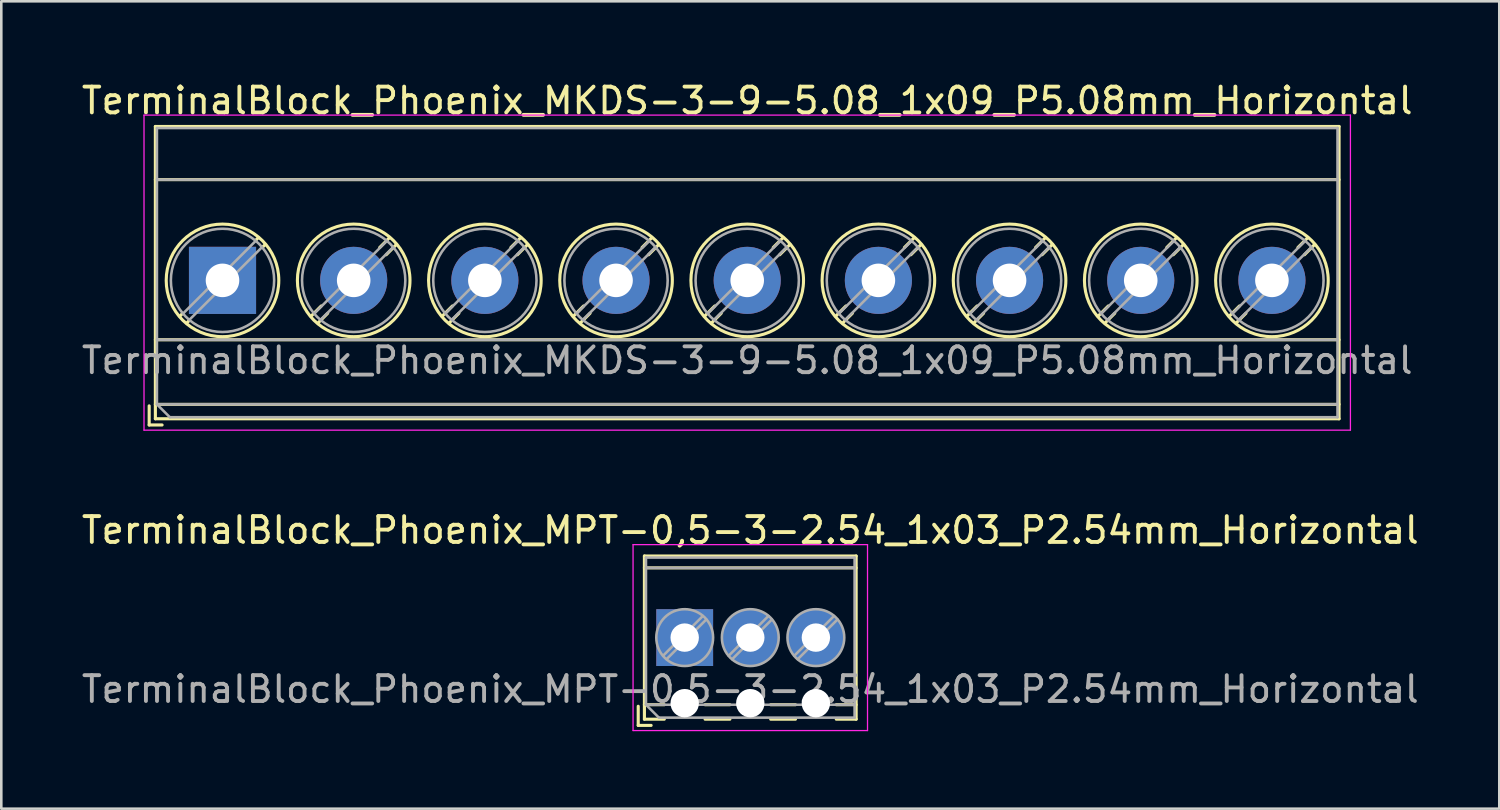
<source format=kicad_pcb>
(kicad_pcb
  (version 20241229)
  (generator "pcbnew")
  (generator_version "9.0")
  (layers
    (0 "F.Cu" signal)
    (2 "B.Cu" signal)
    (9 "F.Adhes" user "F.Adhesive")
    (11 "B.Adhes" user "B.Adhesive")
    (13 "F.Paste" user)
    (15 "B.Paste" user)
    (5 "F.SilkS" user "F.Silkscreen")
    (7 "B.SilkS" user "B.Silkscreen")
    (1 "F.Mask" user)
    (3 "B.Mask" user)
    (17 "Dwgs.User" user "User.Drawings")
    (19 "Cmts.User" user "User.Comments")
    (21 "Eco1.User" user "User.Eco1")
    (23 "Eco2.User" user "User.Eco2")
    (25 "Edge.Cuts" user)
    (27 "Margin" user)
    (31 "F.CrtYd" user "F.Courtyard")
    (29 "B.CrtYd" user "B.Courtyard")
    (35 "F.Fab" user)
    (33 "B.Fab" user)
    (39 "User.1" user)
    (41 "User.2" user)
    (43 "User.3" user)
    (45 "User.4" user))
  (footprint "TerminalBlock_Phoenix_MKDS-3-9-5.08_1x09_P5.08mm_Horizontal"
    (layer "F.Cu")
    (at 5.567 7.808)
    (property "Reference" "TerminalBlock_Phoenix_MKDS-3-9-5.08_1x09_P5.08mm_Horizontal" (at 20.32 -6.96 0) (layer "F.SilkS") (effects (font (size 1 1) (thickness 0.15))))
    (attr through_hole)
    (fp_line (start -2.84 4.86) (end -2.84 5.6) (stroke (width 0.12) (type solid)) (layer "F.SilkS"))
    (fp_line (start -2.84 5.6) (end -2.34 5.6) (stroke (width 0.12) (type solid)) (layer "F.SilkS"))
    (fp_line (start -2.6 -5.96) (end -2.6 5.36) (stroke (width 0.12) (type solid)) (layer "F.SilkS"))
    (fp_line (start -2.6 -5.96) (end 43.24 -5.96) (stroke (width 0.12) (type solid)) (layer "F.SilkS"))
    (fp_line (start -2.6 -3.9) (end 43.24 -3.9) (stroke (width 0.12) (type solid)) (layer "F.SilkS"))
    (fp_line (start -2.6 2.3) (end 43.24 2.3) (stroke (width 0.12) (type solid)) (layer "F.SilkS"))
    (fp_line (start -2.6 4.8) (end 43.24 4.8) (stroke (width 0.12) (type solid)) (layer "F.SilkS"))
    (fp_line (start -2.6 5.36) (end 43.24 5.36) (stroke (width 0.12) (type solid)) (layer "F.SilkS"))
    (fp_line (start -1.548 1.281) (end -1.654 1.388) (stroke (width 0.12) (type solid)) (layer "F.SilkS"))
    (fp_line (start -1.282 1.547) (end -1.388 1.654) (stroke (width 0.12) (type solid)) (layer "F.SilkS"))
    (fp_line (start 1.388 -1.654) (end 1.281 -1.547) (stroke (width 0.12) (type solid)) (layer "F.SilkS"))
    (fp_line (start 1.654 -1.388) (end 1.547 -1.281) (stroke (width 0.12) (type solid)) (layer "F.SilkS"))
    (fp_line (start 3.822 0.992) (end 3.427 1.388) (stroke (width 0.12) (type solid)) (layer "F.SilkS"))
    (fp_line (start 4.073 1.274) (end 3.693 1.654) (stroke (width 0.12) (type solid)) (layer "F.SilkS"))
    (fp_line (start 6.468 -1.654) (end 6.088 -1.274) (stroke (width 0.12) (type solid)) (layer "F.SilkS"))
    (fp_line (start 6.734 -1.388) (end 6.339 -0.992) (stroke (width 0.12) (type solid)) (layer "F.SilkS"))
    (fp_line (start 8.902 0.992) (end 8.507 1.388) (stroke (width 0.12) (type solid)) (layer "F.SilkS"))
    (fp_line (start 9.153 1.274) (end 8.773 1.654) (stroke (width 0.12) (type solid)) (layer "F.SilkS"))
    (fp_line (start 11.548 -1.654) (end 11.168 -1.274) (stroke (width 0.12) (type solid)) (layer "F.SilkS"))
    (fp_line (start 11.814 -1.388) (end 11.419 -0.992) (stroke (width 0.12) (type solid)) (layer "F.SilkS"))
    (fp_line (start 13.982 0.992) (end 13.587 1.388) (stroke (width 0.12) (type solid)) (layer "F.SilkS"))
    (fp_line (start 14.233 1.274) (end 13.853 1.654) (stroke (width 0.12) (type solid)) (layer "F.SilkS"))
    (fp_line (start 16.628 -1.654) (end 16.248 -1.274) (stroke (width 0.12) (type solid)) (layer "F.SilkS"))
    (fp_line (start 16.894 -1.388) (end 16.499 -0.992) (stroke (width 0.12) (type solid)) (layer "F.SilkS"))
    (fp_line (start 19.062 0.992) (end 18.667 1.388) (stroke (width 0.12) (type solid)) (layer "F.SilkS"))
    (fp_line (start 19.313 1.274) (end 18.933 1.654) (stroke (width 0.12) (type solid)) (layer "F.SilkS"))
    (fp_line (start 21.708 -1.654) (end 21.328 -1.274) (stroke (width 0.12) (type solid)) (layer "F.SilkS"))
    (fp_line (start 21.974 -1.388) (end 21.579 -0.992) (stroke (width 0.12) (type solid)) (layer "F.SilkS"))
    (fp_line (start 24.142 0.992) (end 23.747 1.388) (stroke (width 0.12) (type solid)) (layer "F.SilkS"))
    (fp_line (start 24.393 1.274) (end 24.013 1.654) (stroke (width 0.12) (type solid)) (layer "F.SilkS"))
    (fp_line (start 26.788 -1.654) (end 26.408 -1.274) (stroke (width 0.12) (type solid)) (layer "F.SilkS"))
    (fp_line (start 27.054 -1.388) (end 26.659 -0.992) (stroke (width 0.12) (type solid)) (layer "F.SilkS"))
    (fp_line (start 29.222 0.992) (end 28.827 1.388) (stroke (width 0.12) (type solid)) (layer "F.SilkS"))
    (fp_line (start 29.473 1.274) (end 29.093 1.654) (stroke (width 0.12) (type solid)) (layer "F.SilkS"))
    (fp_line (start 31.868 -1.654) (end 31.488 -1.274) (stroke (width 0.12) (type solid)) (layer "F.SilkS"))
    (fp_line (start 32.134 -1.388) (end 31.739 -0.992) (stroke (width 0.12) (type solid)) (layer "F.SilkS"))
    (fp_line (start 34.302 0.992) (end 33.907 1.388) (stroke (width 0.12) (type solid)) (layer "F.SilkS"))
    (fp_line (start 34.553 1.274) (end 34.173 1.654) (stroke (width 0.12) (type solid)) (layer "F.SilkS"))
    (fp_line (start 36.948 -1.654) (end 36.568 -1.274) (stroke (width 0.12) (type solid)) (layer "F.SilkS"))
    (fp_line (start 37.214 -1.388) (end 36.819 -0.992) (stroke (width 0.12) (type solid)) (layer "F.SilkS"))
    (fp_line (start 39.382 0.992) (end 38.987 1.388) (stroke (width 0.12) (type solid)) (layer "F.SilkS"))
    (fp_line (start 39.633 1.274) (end 39.253 1.654) (stroke (width 0.12) (type solid)) (layer "F.SilkS"))
    (fp_line (start 42.028 -1.654) (end 41.648 -1.274) (stroke (width 0.12) (type solid)) (layer "F.SilkS"))
    (fp_line (start 42.294 -1.388) (end 41.899 -0.992) (stroke (width 0.12) (type solid)) (layer "F.SilkS"))
    (fp_line (start 43.24 -5.96) (end 43.24 5.36) (stroke (width 0.12) (type solid)) (layer "F.SilkS"))
    (fp_circle (center 0 0) (end 2.18 0) (stroke (width 0.12) (type solid)) (fill no) (layer "F.SilkS"))
    (fp_circle (center 5.08 0) (end 7.26 0) (stroke (width 0.12) (type solid)) (fill no) (layer "F.SilkS"))
    (fp_circle (center 10.16 0) (end 12.34 0) (stroke (width 0.12) (type solid)) (fill no) (layer "F.SilkS"))
    (fp_circle (center 15.24 0) (end 17.42 0) (stroke (width 0.12) (type solid)) (fill no) (layer "F.SilkS"))
    (fp_circle (center 20.32 0) (end 22.5 0) (stroke (width 0.12) (type solid)) (fill no) (layer "F.SilkS"))
    (fp_circle (center 25.4 0) (end 27.58 0) (stroke (width 0.12) (type solid)) (fill no) (layer "F.SilkS"))
    (fp_circle (center 30.48 0) (end 32.66 0) (stroke (width 0.12) (type solid)) (fill no) (layer "F.SilkS"))
    (fp_circle (center 35.56 0) (end 37.74 0) (stroke (width 0.12) (type solid)) (fill no) (layer "F.SilkS"))
    (fp_circle (center 40.64 0) (end 42.82 0) (stroke (width 0.12) (type solid)) (fill no) (layer "F.SilkS"))
    (fp_line (start -3.04 -6.4) (end -3.04 5.8) (stroke (width 0.05) (type solid)) (layer "F.CrtYd"))
    (fp_line (start -3.04 5.8) (end 43.68 5.8) (stroke (width 0.05) (type solid)) (layer "F.CrtYd"))
    (fp_line (start 43.68 -6.4) (end -3.04 -6.4) (stroke (width 0.05) (type solid)) (layer "F.CrtYd"))
    (fp_line (start 43.68 5.8) (end 43.68 -6.4) (stroke (width 0.05) (type solid)) (layer "F.CrtYd"))
    (fp_line (start -2.54 -5.9) (end 43.18 -5.9) (stroke (width 0.1) (type solid)) (layer "F.Fab"))
    (fp_line (start -2.54 -3.9) (end 43.18 -3.9) (stroke (width 0.1) (type solid)) (layer "F.Fab"))
    (fp_line (start -2.54 2.3) (end 43.18 2.3) (stroke (width 0.1) (type solid)) (layer "F.Fab"))
    (fp_line (start -2.54 4.8) (end -2.54 -5.9) (stroke (width 0.1) (type solid)) (layer "F.Fab"))
    (fp_line (start -2.54 4.8) (end 43.18 4.8) (stroke (width 0.1) (type solid)) (layer "F.Fab"))
    (fp_line (start -2.04 5.3) (end -2.54 4.8) (stroke (width 0.1) (type solid)) (layer "F.Fab"))
    (fp_line (start 1.273 -1.517) (end -1.517 1.273) (stroke (width 0.1) (type solid)) (layer "F.Fab"))
    (fp_line (start 1.517 -1.273) (end -1.273 1.517) (stroke (width 0.1) (type solid)) (layer "F.Fab"))
    (fp_line (start 6.353 -1.517) (end 3.564 1.273) (stroke (width 0.1) (type solid)) (layer "F.Fab"))
    (fp_line (start 6.597 -1.273) (end 3.808 1.517) (stroke (width 0.1) (type solid)) (layer "F.Fab"))
    (fp_line (start 11.433 -1.517) (end 8.644 1.273) (stroke (width 0.1) (type solid)) (layer "F.Fab"))
    (fp_line (start 11.677 -1.273) (end 8.888 1.517) (stroke (width 0.1) (type solid)) (layer "F.Fab"))
    (fp_line (start 16.513 -1.517) (end 13.724 1.273) (stroke (width 0.1) (type solid)) (layer "F.Fab"))
    (fp_line (start 16.757 -1.273) (end 13.968 1.517) (stroke (width 0.1) (type solid)) (layer "F.Fab"))
    (fp_line (start 21.593 -1.517) (end 18.804 1.273) (stroke (width 0.1) (type solid)) (layer "F.Fab"))
    (fp_line (start 21.837 -1.273) (end 19.048 1.517) (stroke (width 0.1) (type solid)) (layer "F.Fab"))
    (fp_line (start 26.673 -1.517) (end 23.884 1.273) (stroke (width 0.1) (type solid)) (layer "F.Fab"))
    (fp_line (start 26.917 -1.273) (end 24.128 1.517) (stroke (width 0.1) (type solid)) (layer "F.Fab"))
    (fp_line (start 31.753 -1.517) (end 28.964 1.273) (stroke (width 0.1) (type solid)) (layer "F.Fab"))
    (fp_line (start 31.997 -1.273) (end 29.208 1.517) (stroke (width 0.1) (type solid)) (layer "F.Fab"))
    (fp_line (start 36.833 -1.517) (end 34.044 1.273) (stroke (width 0.1) (type solid)) (layer "F.Fab"))
    (fp_line (start 37.077 -1.273) (end 34.288 1.517) (stroke (width 0.1) (type solid)) (layer "F.Fab"))
    (fp_line (start 41.913 -1.517) (end 39.124 1.273) (stroke (width 0.1) (type solid)) (layer "F.Fab"))
    (fp_line (start 42.157 -1.273) (end 39.368 1.517) (stroke (width 0.1) (type solid)) (layer "F.Fab"))
    (fp_line (start 43.18 -5.9) (end 43.18 5.3) (stroke (width 0.1) (type solid)) (layer "F.Fab"))
    (fp_line (start 43.18 5.3) (end -2.04 5.3) (stroke (width 0.1) (type solid)) (layer "F.Fab"))
    (fp_circle (center 0 0) (end 2 0) (stroke (width 0.1) (type solid)) (fill no) (layer "F.Fab"))
    (fp_circle (center 5.08 0) (end 7.08 0) (stroke (width 0.1) (type solid)) (fill no) (layer "F.Fab"))
    (fp_circle (center 10.16 0) (end 12.16 0) (stroke (width 0.1) (type solid)) (fill no) (layer "F.Fab"))
    (fp_circle (center 15.24 0) (end 17.24 0) (stroke (width 0.1) (type solid)) (fill no) (layer "F.Fab"))
    (fp_circle (center 20.32 0) (end 22.32 0) (stroke (width 0.1) (type solid)) (fill no) (layer "F.Fab"))
    (fp_circle (center 25.4 0) (end 27.4 0) (stroke (width 0.1) (type solid)) (fill no) (layer "F.Fab"))
    (fp_circle (center 30.48 0) (end 32.48 0) (stroke (width 0.1) (type solid)) (fill no) (layer "F.Fab"))
    (fp_circle (center 35.56 0) (end 37.56 0) (stroke (width 0.1) (type solid)) (fill no) (layer "F.Fab"))
    (fp_circle (center 40.64 0) (end 42.64 0) (stroke (width 0.1) (type solid)) (fill no) (layer "F.Fab"))
    (fp_text user "${REFERENCE}" (at 20.32 3.1 0) (layer "F.Fab") (effects (font (size 1 1) (thickness 0.15))))
    (pad "1" thru_hole rect (at 0 0) (size 2.6 2.6) (drill 1.3) (layers "*.Cu" "*.Mask"))
    (pad "2" thru_hole circle (at 5.08 0) (size 2.6 2.6) (drill 1.3) (layers "*.Cu" "*.Mask"))
    (pad "3" thru_hole circle (at 10.16 0) (size 2.6 2.6) (drill 1.3) (layers "*.Cu" "*.Mask"))
    (pad "4" thru_hole circle (at 15.24 0) (size 2.6 2.6) (drill 1.3) (layers "*.Cu" "*.Mask"))
    (pad "5" thru_hole circle (at 20.32 0) (size 2.6 2.6) (drill 1.3) (layers "*.Cu" "*.Mask"))
    (pad "6" thru_hole circle (at 25.4 0) (size 2.6 2.6) (drill 1.3) (layers "*.Cu" "*.Mask"))
    (pad "7" thru_hole circle (at 30.48 0) (size 2.6 2.6) (drill 1.3) (layers "*.Cu" "*.Mask"))
    (pad "8" thru_hole circle (at 35.56 0) (size 2.6 2.6) (drill 1.3) (layers "*.Cu" "*.Mask"))
    (pad "9" thru_hole circle (at 40.64 0) (size 2.6 2.6) (drill 1.3) (layers "*.Cu" "*.Mask")))
  (footprint "TerminalBlock_Phoenix_MPT-0,5-3-2.54_1x03_P2.54mm_Horizontal"
    (layer "F.Cu")
    (at 23.466 21.642)
    (property "Reference" "TerminalBlock_Phoenix_MPT-0,5-3-2.54_1x03_P2.54mm_Horizontal" (at 2.54 -4.16 0) (layer "F.SilkS") (effects (font (size 1 1) (thickness 0.15))))
    (attr through_hole)
    (fp_line (start -1.8 2.66) (end -1.8 3.4) (stroke (width 0.12) (type solid)) (layer "F.SilkS"))
    (fp_line (start -1.8 3.4) (end -1.3 3.4) (stroke (width 0.12) (type solid)) (layer "F.SilkS"))
    (fp_line (start -1.56 -3.16) (end -1.56 3.16) (stroke (width 0.12) (type solid)) (layer "F.SilkS"))
    (fp_line (start -1.56 -3.16) (end 6.64 -3.16) (stroke (width 0.12) (type solid)) (layer "F.SilkS"))
    (fp_line (start -1.56 -2.7) (end 6.64 -2.7) (stroke (width 0.12) (type solid)) (layer "F.SilkS"))
    (fp_line (start -1.56 2.6) (end -0.79 2.6) (stroke (width 0.12) (type solid)) (layer "F.SilkS"))
    (fp_line (start -1.56 3.16) (end -0.79 3.16) (stroke (width 0.12) (type solid)) (layer "F.SilkS"))
    (fp_line (start 0.79 2.6) (end 1.75 2.6) (stroke (width 0.12) (type solid)) (layer "F.SilkS"))
    (fp_line (start 0.79 3.16) (end 1.75 3.16) (stroke (width 0.12) (type solid)) (layer "F.SilkS"))
    (fp_line (start 3.33 2.6) (end 4.29 2.6) (stroke (width 0.12) (type solid)) (layer "F.SilkS"))
    (fp_line (start 3.33 3.16) (end 4.29 3.16) (stroke (width 0.12) (type solid)) (layer "F.SilkS"))
    (fp_line (start 5.87 2.6) (end 6.64 2.6) (stroke (width 0.12) (type solid)) (layer "F.SilkS"))
    (fp_line (start 5.87 3.16) (end 6.64 3.16) (stroke (width 0.12) (type solid)) (layer "F.SilkS"))
    (fp_line (start 6.64 -3.16) (end 6.64 3.16) (stroke (width 0.12) (type solid)) (layer "F.SilkS"))
    (fp_line (start -2 -3.6) (end -2 3.6) (stroke (width 0.05) (type solid)) (layer "F.CrtYd"))
    (fp_line (start -2 3.6) (end 7.08 3.6) (stroke (width 0.05) (type solid)) (layer "F.CrtYd"))
    (fp_line (start 7.08 -3.6) (end -2 -3.6) (stroke (width 0.05) (type solid)) (layer "F.CrtYd"))
    (fp_line (start 7.08 3.6) (end 7.08 -3.6) (stroke (width 0.05) (type solid)) (layer "F.CrtYd"))
    (fp_line (start -1.5 -3.1) (end 6.58 -3.1) (stroke (width 0.1) (type solid)) (layer "F.Fab"))
    (fp_line (start -1.5 -2.7) (end 6.58 -2.7) (stroke (width 0.1) (type solid)) (layer "F.Fab"))
    (fp_line (start -1.5 2.6) (end -1.5 -3.1) (stroke (width 0.1) (type solid)) (layer "F.Fab"))
    (fp_line (start -1.5 2.6) (end 6.58 2.6) (stroke (width 0.1) (type solid)) (layer "F.Fab"))
    (fp_line (start -1 3.1) (end -1.5 2.6) (stroke (width 0.1) (type solid)) (layer "F.Fab"))
    (fp_line (start 0.701 -0.835) (end -0.835 0.7) (stroke (width 0.1) (type solid)) (layer "F.Fab"))
    (fp_line (start 0.835 -0.7) (end -0.701 0.835) (stroke (width 0.1) (type solid)) (layer "F.Fab"))
    (fp_line (start 3.241 -0.835) (end 1.706 0.7) (stroke (width 0.1) (type solid)) (layer "F.Fab"))
    (fp_line (start 3.375 -0.7) (end 1.84 0.835) (stroke (width 0.1) (type solid)) (layer "F.Fab"))
    (fp_line (start 5.781 -0.835) (end 4.246 0.7) (stroke (width 0.1) (type solid)) (layer "F.Fab"))
    (fp_line (start 5.915 -0.7) (end 4.38 0.835) (stroke (width 0.1) (type solid)) (layer "F.Fab"))
    (fp_line (start 6.58 -3.1) (end 6.58 3.1) (stroke (width 0.1) (type solid)) (layer "F.Fab"))
    (fp_line (start 6.58 3.1) (end -1 3.1) (stroke (width 0.1) (type solid)) (layer "F.Fab"))
    (fp_circle (center 0 0) (end 1.1 0) (stroke (width 0.1) (type solid)) (fill no) (layer "F.Fab"))
    (fp_circle (center 2.54 0) (end 3.64 0) (stroke (width 0.1) (type solid)) (fill no) (layer "F.Fab"))
    (fp_circle (center 5.08 0) (end 6.18 0) (stroke (width 0.1) (type solid)) (fill no) (layer "F.Fab"))
    (fp_text user "${REFERENCE}" (at 2.54 2 0) (layer "F.Fab") (effects (font (size 1 1) (thickness 0.15))))
    (pad "" np_thru_hole circle (at 0 2.54) (size 1.1 1.1) (drill 1.1) (layers "*.Cu" "*.Mask"))
    (pad "" np_thru_hole circle (at 2.54 2.54) (size 1.1 1.1) (drill 1.1) (layers "*.Cu" "*.Mask"))
    (pad "" np_thru_hole circle (at 5.08 2.54) (size 1.1 1.1) (drill 1.1) (layers "*.Cu" "*.Mask"))
    (pad "1" thru_hole rect (at 0 0) (size 2.2 2.2) (drill 1.1) (layers "*.Cu" "*.Mask"))
    (pad "2" thru_hole circle (at 2.54 0) (size 2.2 2.2) (drill 1.1) (layers "*.Cu" "*.Mask"))
    (pad "3" thru_hole circle (at 5.08 0) (size 2.2 2.2) (drill 1.1) (layers "*.Cu" "*.Mask")))
  (gr_rect
    (start -3 -3)
    (end 55.012 28.267)
    (stroke (width 0.1) (type default))
    (fill no)
    (layer "Edge.Cuts")))
</source>
